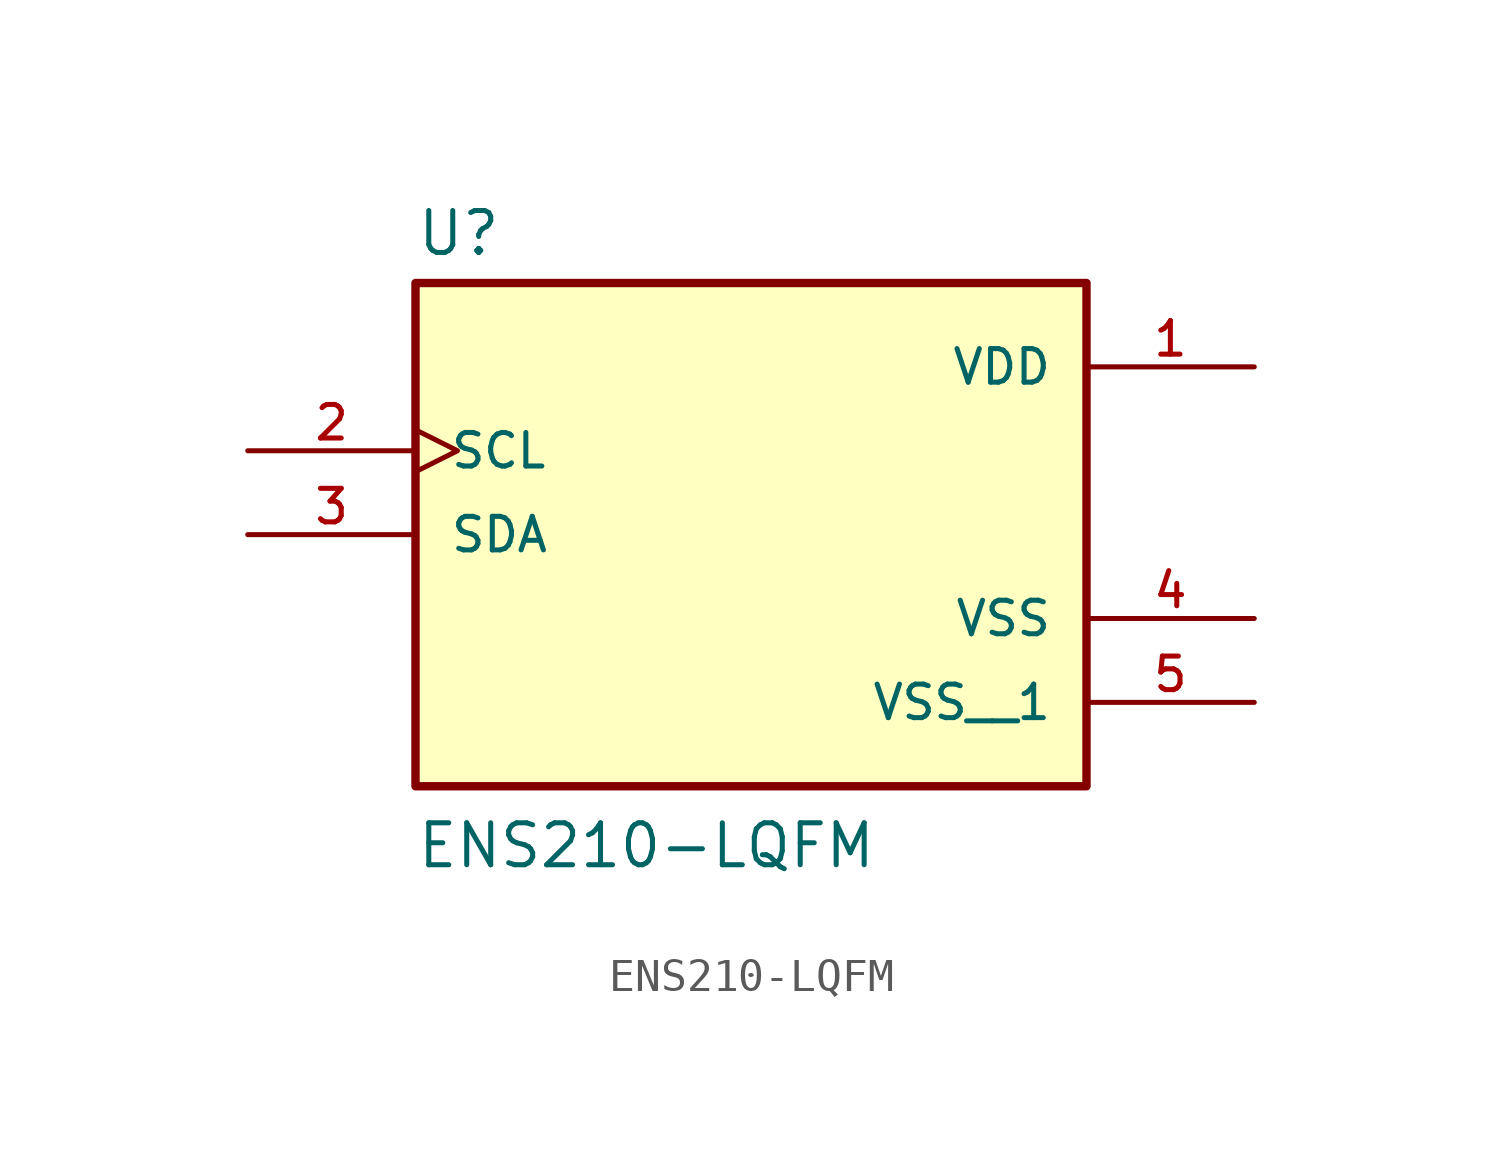
<source format=kicad_sym>
(kicad_symbol_lib
  (version 20211014)
  (generator kicad_symbol_editor)
  (symbol "ENS210-LQFM"
    (pin_names
      (offset 1.016))
    (property "Reference" "U"
      (at -10.16 5.842 0)
      (effects (font (size 1.27 1.27)) (justify bottom left)))
    (property "Value" "ENS210-LQFM"
      (at -10.16 -12.7 0)
      (effects (font (size 1.27 1.27)) (justify bottom left)))
    (symbol "ENS210-LQFM_0_0"
      (rectangle (start -10.16 -10.16) (end 10.16 5.08) (stroke (width 0.254)) (fill (type background)))
      (pin power_in line (at 15.24 2.54 180.0) (length 5.08) (name "VDD" (effects (font (size 1.016 1.016)))) (number "1" (effects (font (size 1.016 1.016)))))
      (pin input clock (at -15.24 0.0 0) (length 5.08) (name "SCL" (effects (font (size 1.016 1.016)))) (number "2" (effects (font (size 1.016 1.016)))))
      (pin power_in line (at 15.24 -5.08 180.0) (length 5.08) (name "VSS" (effects (font (size 1.016 1.016)))) (number "4" (effects (font (size 1.016 1.016)))))
      (pin bidirectional line (at -15.24 -2.54 0) (length 5.08) (name "SDA" (effects (font (size 1.016 1.016)))) (number "3" (effects (font (size 1.016 1.016)))))
      (pin power_in line (at 15.24 -7.62 180.0) (length 5.08) (name "VSS__1" (effects (font (size 1.016 1.016)))) (number "5" (effects (font (size 1.016 1.016))))))))
</source>
